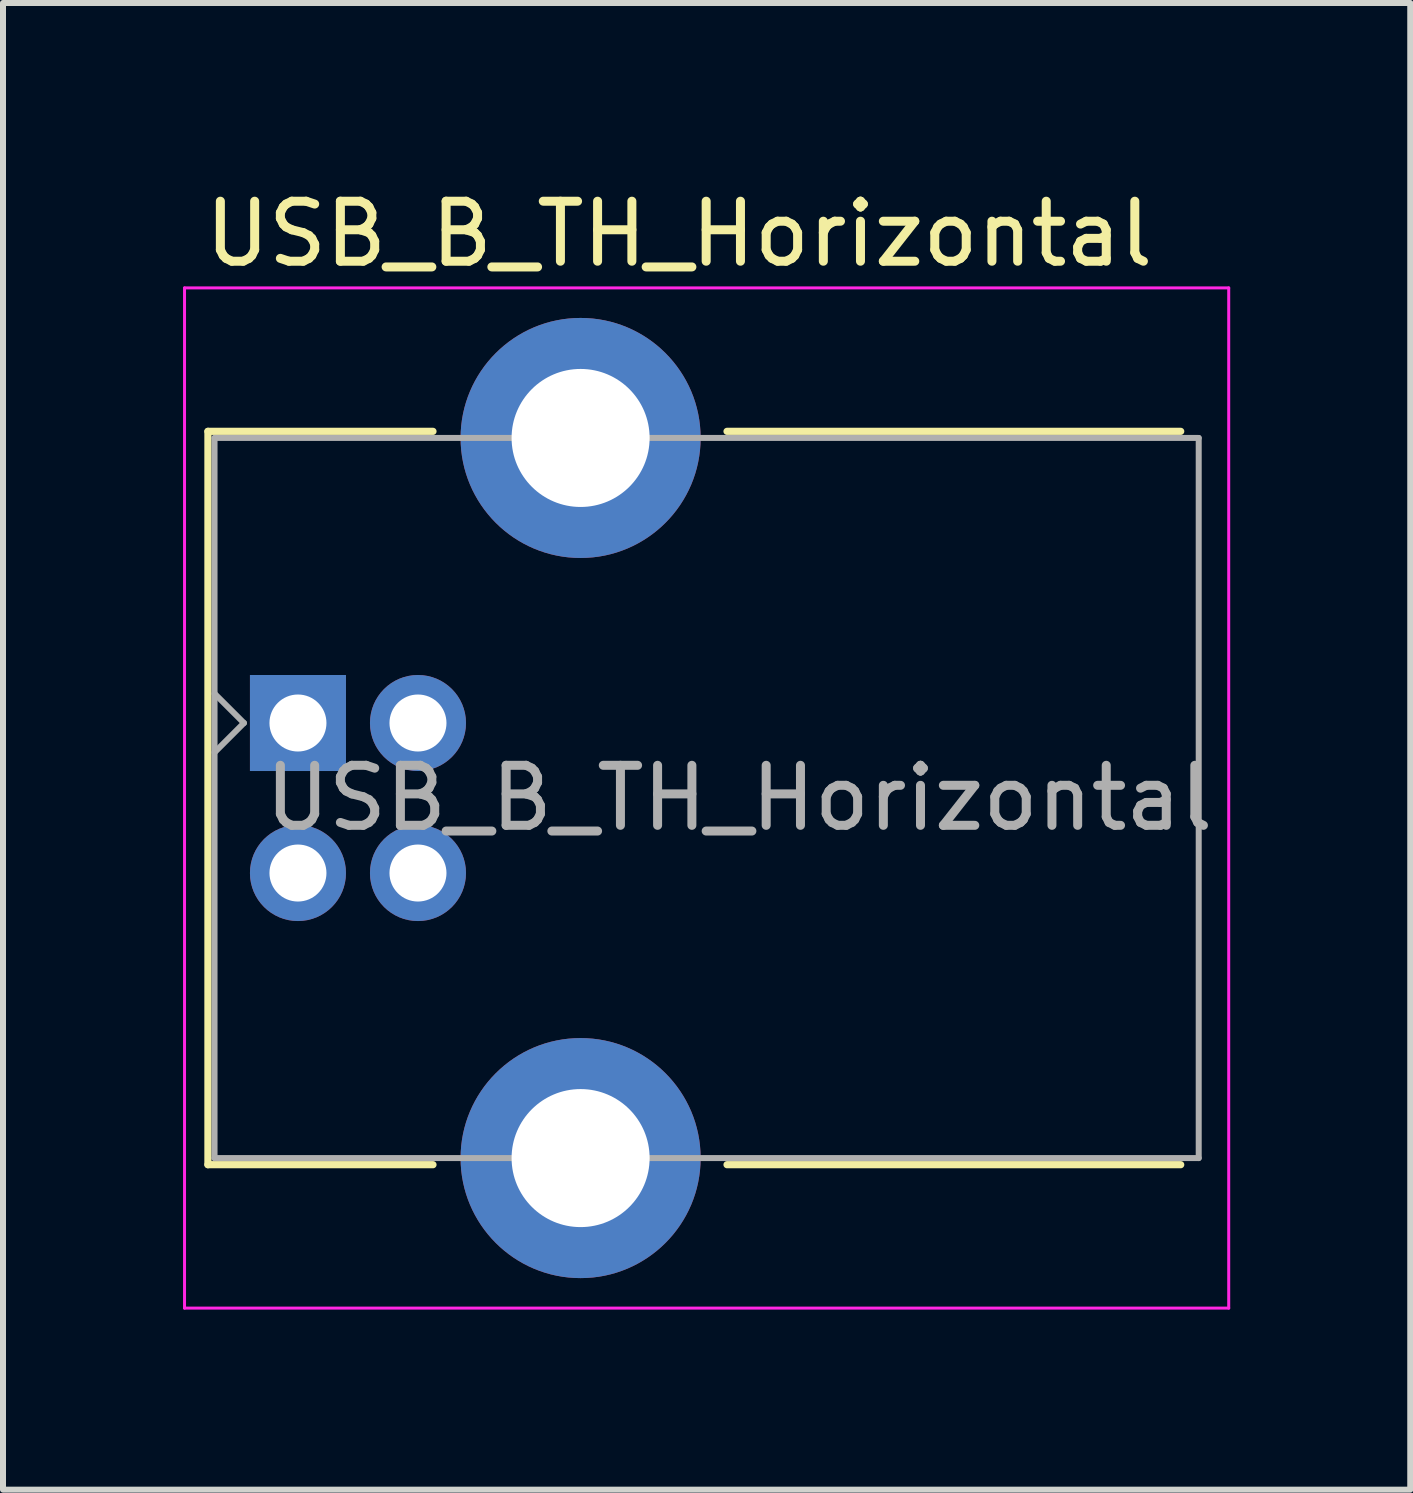
<source format=kicad_pcb>
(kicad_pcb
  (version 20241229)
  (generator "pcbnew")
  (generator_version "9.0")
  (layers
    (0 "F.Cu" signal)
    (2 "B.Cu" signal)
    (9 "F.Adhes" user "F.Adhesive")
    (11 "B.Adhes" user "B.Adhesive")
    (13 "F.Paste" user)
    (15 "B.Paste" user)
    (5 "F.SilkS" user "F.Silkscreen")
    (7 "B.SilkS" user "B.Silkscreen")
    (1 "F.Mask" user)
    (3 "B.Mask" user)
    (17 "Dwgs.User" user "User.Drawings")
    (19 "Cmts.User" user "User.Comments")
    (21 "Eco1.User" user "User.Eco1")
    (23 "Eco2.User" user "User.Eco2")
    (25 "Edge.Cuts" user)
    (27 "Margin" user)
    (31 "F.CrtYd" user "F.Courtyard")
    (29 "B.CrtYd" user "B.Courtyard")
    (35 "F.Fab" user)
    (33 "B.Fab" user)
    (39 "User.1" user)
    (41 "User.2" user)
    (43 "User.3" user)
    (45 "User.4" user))
  (footprint "USB_B_TH_Horizontal"
    (layer "F.Cu")
    (at 6.625 10.248)
    (property "Reference" "USB_B_TH_Horizontal" (at 1.64 -9.4 0) (unlocked yes) (layer "F.SilkS") (effects (font (size 1 1) (thickness 0.15))))
    (attr through_hole)
    (fp_line (start -6.21 -6.11) (end -2.46 -6.11) (stroke (width 0.12) (type solid)) (layer "F.SilkS"))
    (fp_line (start -6.21 6.11) (end -6.21 -6.11) (stroke (width 0.12) (type solid)) (layer "F.SilkS"))
    (fp_line (start -6.21 6.11) (end -2.46 6.11) (stroke (width 0.12) (type solid)) (layer "F.SilkS"))
    (fp_line (start 10 -6.11) (end 2.44 -6.11) (stroke (width 0.12) (type solid)) (layer "F.SilkS"))
    (fp_line (start 10 6.11) (end 2.44 6.11) (stroke (width 0.12) (type solid)) (layer "F.SilkS"))
    (fp_line (start -6.6 -8.5) (end -6.6 8.5) (stroke (width 0.05) (type solid)) (layer "F.CrtYd"))
    (fp_line (start -6.6 8.5) (end 10.8 8.5) (stroke (width 0.05) (type solid)) (layer "F.CrtYd"))
    (fp_line (start 10.8 -8.5) (end -6.6 -8.5) (stroke (width 0.05) (type solid)) (layer "F.CrtYd"))
    (fp_line (start 10.8 8.5) (end 10.8 -8.5) (stroke (width 0.05) (type solid)) (layer "F.CrtYd"))
    (fp_line (start -6.1 -6) (end 10.3 -6) (stroke (width 0.1) (type solid)) (layer "F.Fab"))
    (fp_line (start -6.1 -0.76) (end -5.61 -1.25) (stroke (width 0.1) (type solid)) (layer "F.Fab"))
    (fp_line (start -6.1 6) (end -6.1 -6) (stroke (width 0.1) (type solid)) (layer "F.Fab"))
    (fp_line (start -5.61 -1.25) (end -6.1 -1.74) (stroke (width 0.1) (type solid)) (layer "F.Fab"))
    (fp_line (start 10.3 -6) (end 10.3 6) (stroke (width 0.1) (type solid)) (layer "F.Fab"))
    (fp_line (start 10.3 6) (end -6.1 6) (stroke (width 0.1) (type solid)) (layer "F.Fab"))
    (fp_text user "${REFERENCE}" (at 2.64 0 180) (layer "F.Fab") (effects (font (size 1 1) (thickness 0.15))))
    (pad "1" thru_hole rect (at -4.71 -1.25 90) (size 1.6 1.6) (drill 0.95) (layers "*.Cu" "*.Mask"))
    (pad "2" thru_hole circle (at -4.71 1.25 90) (size 1.6 1.6) (drill 0.95) (layers "*.Cu" "*.Mask"))
    (pad "3" thru_hole circle (at -2.71 1.25 90) (size 1.6 1.6) (drill 0.95) (layers "*.Cu" "*.Mask"))
    (pad "4" thru_hole circle (at -2.71 -1.25 90) (size 1.6 1.6) (drill 0.95) (layers "*.Cu" "*.Mask"))
    (pad "5" thru_hole circle (at 0 -6 90) (size 4 4) (drill 2.3) (layers "*.Cu" "*.Mask"))
    (pad "6" thru_hole circle (at 0 6 90) (size 4 4) (drill 2.3) (layers "*.Cu" "*.Mask")))
  (gr_rect
    (start -3 -3)
    (end 20.45 21.773)
    (stroke (width 0.1) (type default))
    (fill no)
    (layer "Edge.Cuts")))
</source>
